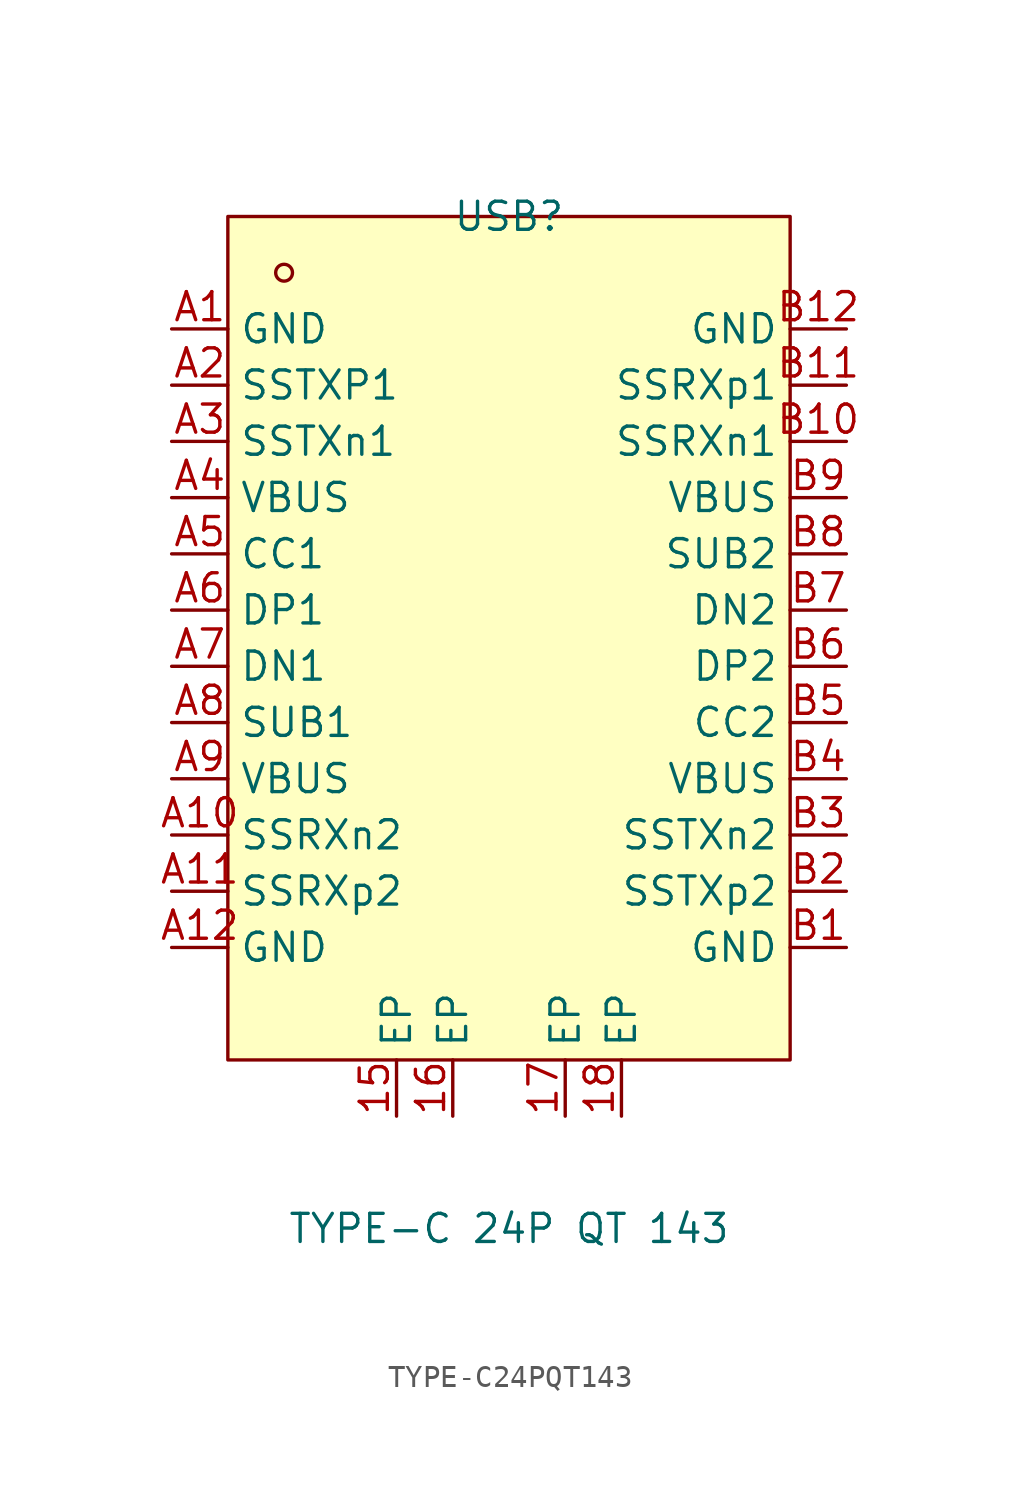
<source format=kicad_sym>
(kicad_symbol_lib
  (version 20220914)
  (generator kicad_symbol_editor)
  (symbol "TYPE-C24PQT143"
    (property "Reference" "USB"
      (at 0 20.32 0)
      (effects (font (size 1.27 1.27))))
    (property "Value" "TYPE-C 24P QT 143"
      (at 0 -25.4 0)
      (effects (font (size 1.27 1.27))))
    (symbol "TYPE-C24PQT143_0_1"
      (rectangle (start -12.7 20.32) (end 12.7 -17.78) (stroke (width 0) (type default)) (fill (type background)))
      (circle (center -10.16 17.78) (radius 0.38) (stroke (width 0) (type default)) (fill (type none)))
      (pin unspecified line (at -5.08 -20.32 90) (length 2.54) (name "EP" (effects (font (size 1.27 1.27)))) (number "15" (effects (font (size 1.27 1.27)))))
      (pin unspecified line (at -2.54 -20.32 90) (length 2.54) (name "EP" (effects (font (size 1.27 1.27)))) (number "16" (effects (font (size 1.27 1.27)))))
      (pin unspecified line (at 2.54 -20.32 90) (length 2.54) (name "EP" (effects (font (size 1.27 1.27)))) (number "17" (effects (font (size 1.27 1.27)))))
      (pin unspecified line (at 5.08 -20.32 90) (length 2.54) (name "EP" (effects (font (size 1.27 1.27)))) (number "18" (effects (font (size 1.27 1.27)))))
      (pin unspecified line (at -15.24 15.24 0) (length 2.54) (name "GND" (effects (font (size 1.27 1.27)))) (number "A1" (effects (font (size 1.27 1.27)))))
      (pin unspecified line (at -15.24 -7.62 0) (length 2.54) (name "SSRXn2" (effects (font (size 1.27 1.27)))) (number "A10" (effects (font (size 1.27 1.27)))))
      (pin unspecified line (at -15.24 -10.16 0) (length 2.54) (name "SSRXp2" (effects (font (size 1.27 1.27)))) (number "A11" (effects (font (size 1.27 1.27)))))
      (pin unspecified line (at -15.24 -12.7 0) (length 2.54) (name "GND" (effects (font (size 1.27 1.27)))) (number "A12" (effects (font (size 1.27 1.27)))))
      (pin unspecified line (at -15.24 12.7 0) (length 2.54) (name "SSTXP1" (effects (font (size 1.27 1.27)))) (number "A2" (effects (font (size 1.27 1.27)))))
      (pin unspecified line (at -15.24 10.16 0) (length 2.54) (name "SSTXn1" (effects (font (size 1.27 1.27)))) (number "A3" (effects (font (size 1.27 1.27)))))
      (pin unspecified line (at -15.24 7.62 0) (length 2.54) (name "VBUS" (effects (font (size 1.27 1.27)))) (number "A4" (effects (font (size 1.27 1.27)))))
      (pin unspecified line (at -15.24 5.08 0) (length 2.54) (name "CC1" (effects (font (size 1.27 1.27)))) (number "A5" (effects (font (size 1.27 1.27)))))
      (pin unspecified line (at -15.24 2.54 0) (length 2.54) (name "DP1" (effects (font (size 1.27 1.27)))) (number "A6" (effects (font (size 1.27 1.27)))))
      (pin unspecified line (at -15.24 0 0) (length 2.54) (name "DN1" (effects (font (size 1.27 1.27)))) (number "A7" (effects (font (size 1.27 1.27)))))
      (pin unspecified line (at -15.24 -2.54 0) (length 2.54) (name "SUB1" (effects (font (size 1.27 1.27)))) (number "A8" (effects (font (size 1.27 1.27)))))
      (pin unspecified line (at -15.24 -5.08 0) (length 2.54) (name "VBUS" (effects (font (size 1.27 1.27)))) (number "A9" (effects (font (size 1.27 1.27)))))
      (pin unspecified line (at 15.24 -12.7 180) (length 2.54) (name "GND" (effects (font (size 1.27 1.27)))) (number "B1" (effects (font (size 1.27 1.27)))))
      (pin unspecified line (at 15.24 10.16 180) (length 2.54) (name "SSRXn1" (effects (font (size 1.27 1.27)))) (number "B10" (effects (font (size 1.27 1.27)))))
      (pin unspecified line (at 15.24 12.7 180) (length 2.54) (name "SSRXp1" (effects (font (size 1.27 1.27)))) (number "B11" (effects (font (size 1.27 1.27)))))
      (pin unspecified line (at 15.24 15.24 180) (length 2.54) (name "GND" (effects (font (size 1.27 1.27)))) (number "B12" (effects (font (size 1.27 1.27)))))
      (pin unspecified line (at 15.24 -10.16 180) (length 2.54) (name "SSTXp2" (effects (font (size 1.27 1.27)))) (number "B2" (effects (font (size 1.27 1.27)))))
      (pin unspecified line (at 15.24 -7.62 180) (length 2.54) (name "SSTXn2" (effects (font (size 1.27 1.27)))) (number "B3" (effects (font (size 1.27 1.27)))))
      (pin unspecified line (at 15.24 -5.08 180) (length 2.54) (name "VBUS" (effects (font (size 1.27 1.27)))) (number "B4" (effects (font (size 1.27 1.27)))))
      (pin unspecified line (at 15.24 -2.54 180) (length 2.54) (name "CC2" (effects (font (size 1.27 1.27)))) (number "B5" (effects (font (size 1.27 1.27)))))
      (pin unspecified line (at 15.24 0 180) (length 2.54) (name "DP2" (effects (font (size 1.27 1.27)))) (number "B6" (effects (font (size 1.27 1.27)))))
      (pin unspecified line (at 15.24 2.54 180) (length 2.54) (name "DN2" (effects (font (size 1.27 1.27)))) (number "B7" (effects (font (size 1.27 1.27)))))
      (pin unspecified line (at 15.24 5.08 180) (length 2.54) (name "SUB2" (effects (font (size 1.27 1.27)))) (number "B8" (effects (font (size 1.27 1.27)))))
      (pin unspecified line (at 15.24 7.62 180) (length 2.54) (name "VBUS" (effects (font (size 1.27 1.27)))) (number "B9" (effects (font (size 1.27 1.27))))))))
</source>
